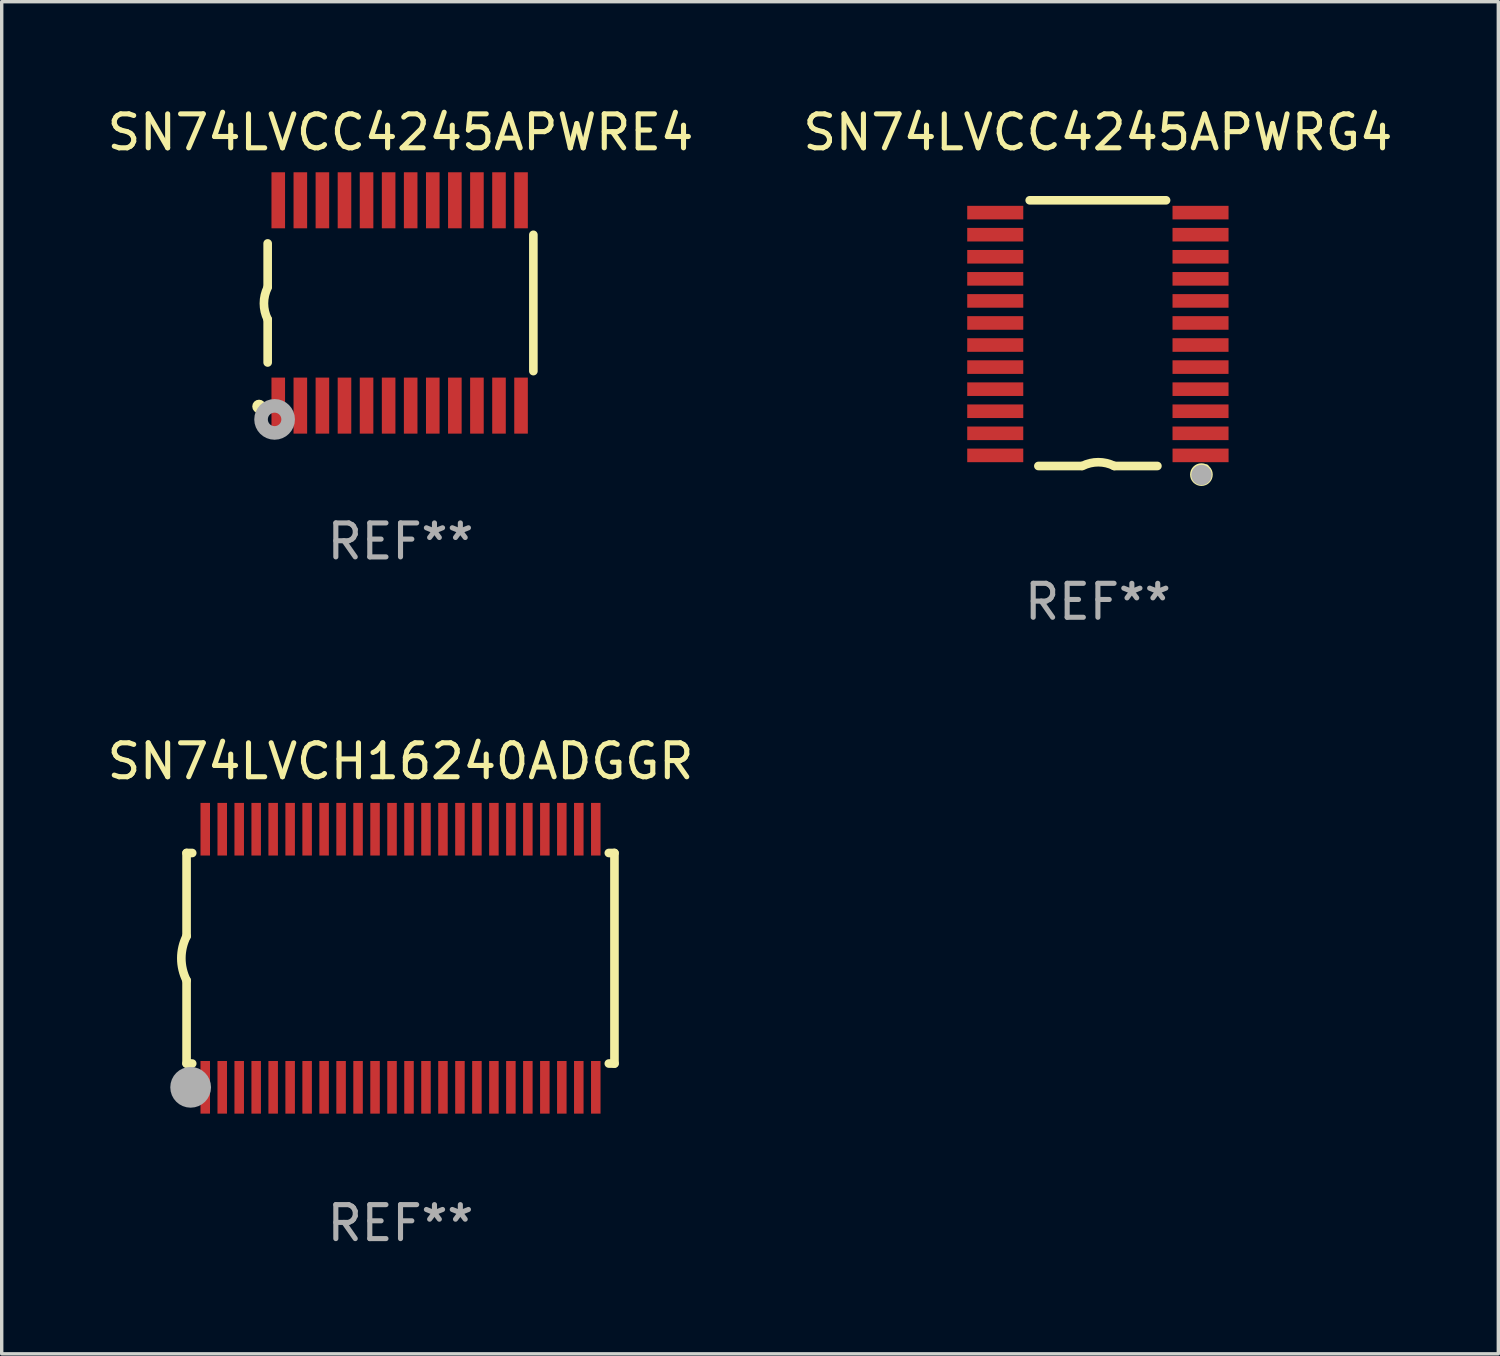
<source format=kicad_pcb>
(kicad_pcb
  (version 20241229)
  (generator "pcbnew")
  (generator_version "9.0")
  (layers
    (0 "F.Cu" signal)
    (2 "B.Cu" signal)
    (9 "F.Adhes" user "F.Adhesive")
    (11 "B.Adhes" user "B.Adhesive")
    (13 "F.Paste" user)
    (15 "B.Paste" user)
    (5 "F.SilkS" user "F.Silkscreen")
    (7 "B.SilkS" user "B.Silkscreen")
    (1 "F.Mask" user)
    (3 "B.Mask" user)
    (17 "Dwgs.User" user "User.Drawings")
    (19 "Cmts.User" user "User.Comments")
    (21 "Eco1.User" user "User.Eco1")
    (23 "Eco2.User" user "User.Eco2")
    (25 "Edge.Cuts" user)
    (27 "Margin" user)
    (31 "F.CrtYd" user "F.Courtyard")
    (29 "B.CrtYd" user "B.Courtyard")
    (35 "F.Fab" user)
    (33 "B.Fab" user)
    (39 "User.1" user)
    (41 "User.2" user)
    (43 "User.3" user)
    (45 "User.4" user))
  (footprint "SN74LVCC4245APWRG4"
    (layer "F.Cu")
    (at 29.28 6.76)
    (property "Reference" "SN74LVCC4245APWRG4" (at 0 -5.912 0) (layer "F.SilkS") (effects (font (size 1 1) (thickness 0.15))))
    (attr through_hole)
    (fp_line (start -2.008 -3.912) (end 2.007 -3.912) (stroke (width 0.254) (type solid)) (layer "F.SilkS"))
    (fp_line (start -0.483 3.912) (end -1.753 3.912) (stroke (width 0.254) (type solid)) (layer "F.SilkS"))
    (fp_line (start 1.752 3.912) (end 0.482 3.912) (stroke (width 0.254) (type solid)) (layer "F.SilkS"))
    (fp_arc (start -0.457404 3.911595) (mid 0.012497 3.800666) (end 0.482398 3.911595) (stroke (width 0.254001) (type solid)) (layer "F.SilkS"))
    (fp_circle (center 3.048 4.166) (end 3.128 4.166) (stroke (width 0.254) (type solid)) (fill no) (layer "F.SilkS"))
    (fp_circle (center 3.2 3.926) (end 3.23 3.926) (stroke (width 0.06) (type solid)) (fill no) (layer "F.SilkS"))
    (fp_circle (center 3.05 4.176) (end 3.2 4.176) (stroke (width 0.3) (type solid)) (fill no) (layer "F.Fab"))
    (fp_text user "REF**" (at 0 7.912 0) (layer "F.Fab") (effects (font (size 1 1) (thickness 0.15))))
    (pad "1" smd rect (at 3.023 3.6 180) (size 1.65 0.4) (layers "F.Cu" "F.Mask" "F.Paste"))
    (pad "2" smd rect (at 3.022 2.95 180) (size 1.65 0.4) (layers "F.Cu" "F.Mask" "F.Paste"))
    (pad "3" smd rect (at 3.022 2.3 180) (size 1.65 0.4) (layers "F.Cu" "F.Mask" "F.Paste"))
    (pad "4" smd rect (at 3.022 1.65 180) (size 1.65 0.4) (layers "F.Cu" "F.Mask" "F.Paste"))
    (pad "5" smd rect (at 3.022 1 180) (size 1.65 0.4) (layers "F.Cu" "F.Mask" "F.Paste"))
    (pad "6" smd rect (at 3.022 0.35 180) (size 1.65 0.4) (layers "F.Cu" "F.Mask" "F.Paste"))
    (pad "7" smd rect (at 3.022 -0.3 180) (size 1.65 0.4) (layers "F.Cu" "F.Mask" "F.Paste"))
    (pad "8" smd rect (at 3.022 -0.949 180) (size 1.65 0.4) (layers "F.Cu" "F.Mask" "F.Paste"))
    (pad "9" smd rect (at 3.022 -1.599 180) (size 1.65 0.4) (layers "F.Cu" "F.Mask" "F.Paste"))
    (pad "10" smd rect (at 3.022 -2.249 180) (size 1.65 0.4) (layers "F.Cu" "F.Mask" "F.Paste"))
    (pad "11" smd rect (at 3.022 -2.899 180) (size 1.65 0.4) (layers "F.Cu" "F.Mask" "F.Paste"))
    (pad "12" smd rect (at 3.022 -3.549 180) (size 1.65 0.4) (layers "F.Cu" "F.Mask" "F.Paste"))
    (pad "13" smd rect (at -3.023 -3.549 180) (size 1.65 0.4) (layers "F.Cu" "F.Mask" "F.Paste"))
    (pad "14" smd rect (at -3.023 -2.899 180) (size 1.65 0.4) (layers "F.Cu" "F.Mask" "F.Paste"))
    (pad "15" smd rect (at -3.023 -2.249 180) (size 1.65 0.4) (layers "F.Cu" "F.Mask" "F.Paste"))
    (pad "16" smd rect (at -3.023 -1.599 180) (size 1.65 0.4) (layers "F.Cu" "F.Mask" "F.Paste"))
    (pad "17" smd rect (at -3.023 -0.949 180) (size 1.65 0.4) (layers "F.Cu" "F.Mask" "F.Paste"))
    (pad "18" smd rect (at -3.023 -0.3 180) (size 1.65 0.4) (layers "F.Cu" "F.Mask" "F.Paste"))
    (pad "19" smd rect (at -3.023 0.35 180) (size 1.65 0.4) (layers "F.Cu" "F.Mask" "F.Paste"))
    (pad "20" smd rect (at -3.023 1 180) (size 1.65 0.4) (layers "F.Cu" "F.Mask" "F.Paste"))
    (pad "21" smd rect (at -3.023 1.65 180) (size 1.65 0.4) (layers "F.Cu" "F.Mask" "F.Paste"))
    (pad "22" smd rect (at -3.023 2.3 180) (size 1.65 0.4) (layers "F.Cu" "F.Mask" "F.Paste"))
    (pad "23" smd rect (at -3.023 2.95 180) (size 1.65 0.4) (layers "F.Cu" "F.Mask" "F.Paste"))
    (pad "24" smd rect (at -3.023 3.6 180) (size 1.65 0.4) (layers "F.Cu" "F.Mask" "F.Paste")))
  (footprint "SN74LVCC4245APWRE4"
    (layer "F.Cu")
    (at 8.744 5.871)
    (property "Reference" "SN74LVCC4245APWRE4" (at 0 -5.023 0) (layer "F.SilkS") (effects (font (size 1 1) (thickness 0.15))))
    (attr through_hole)
    (fp_line (start -3.912 -0.483) (end -3.912 -1.753) (stroke (width 0.254) (type solid)) (layer "F.SilkS"))
    (fp_line (start -3.912 1.753) (end -3.912 0.483) (stroke (width 0.254) (type solid)) (layer "F.SilkS"))
    (fp_line (start 3.912 -2.007) (end 3.912 2.007) (stroke (width 0.254) (type solid)) (layer "F.SilkS"))
    (fp_arc (start -3.911608 0.482601) (mid -4.022537 0.0127) (end -3.911608 -0.457201) (stroke (width 0.254001) (type solid)) (layer "F.SilkS"))
    (fp_circle (center -4.166 3.048) (end -4.066 3.048) (stroke (width 0.2) (type solid)) (fill no) (layer "F.SilkS"))
    (fp_circle (center -3.925 3.186) (end -3.895 3.186) (stroke (width 0.06) (type solid)) (fill no) (layer "F.SilkS"))
    (fp_circle (center -3.708 3.429) (end -3.509 3.429) (stroke (width 0.4) (type solid)) (fill no) (layer "F.Fab"))
    (fp_text user "REF**" (at 0 7.023 0) (layer "F.Fab") (effects (font (size 1 1) (thickness 0.15))))
    (pad "1" smd rect (at -3.6 3.023) (size 0.4 1.65) (layers "F.Cu" "F.Mask" "F.Paste"))
    (pad "2" smd rect (at -2.95 3.023) (size 0.4 1.65) (layers "F.Cu" "F.Mask" "F.Paste"))
    (pad "3" smd rect (at -2.3 3.023) (size 0.4 1.65) (layers "F.Cu" "F.Mask" "F.Paste"))
    (pad "4" smd rect (at -1.65 3.023) (size 0.4 1.65) (layers "F.Cu" "F.Mask" "F.Paste"))
    (pad "5" smd rect (at -1 3.023) (size 0.4 1.65) (layers "F.Cu" "F.Mask" "F.Paste"))
    (pad "6" smd rect (at -0.35 3.023) (size 0.4 1.65) (layers "F.Cu" "F.Mask" "F.Paste"))
    (pad "7" smd rect (at 0.299 3.023) (size 0.4 1.65) (layers "F.Cu" "F.Mask" "F.Paste"))
    (pad "8" smd rect (at 0.95 3.023) (size 0.4 1.65) (layers "F.Cu" "F.Mask" "F.Paste"))
    (pad "9" smd rect (at 1.6 3.023) (size 0.4 1.65) (layers "F.Cu" "F.Mask" "F.Paste"))
    (pad "10" smd rect (at 2.25 3.023) (size 0.4 1.65) (layers "F.Cu" "F.Mask" "F.Paste"))
    (pad "11" smd rect (at 2.9 3.023) (size 0.4 1.65) (layers "F.Cu" "F.Mask" "F.Paste"))
    (pad "12" smd rect (at 3.549 3.023) (size 0.4 1.65) (layers "F.Cu" "F.Mask" "F.Paste"))
    (pad "13" smd rect (at 3.549 -3.023) (size 0.4 1.65) (layers "F.Cu" "F.Mask" "F.Paste"))
    (pad "14" smd rect (at 2.9 -3.023) (size 0.4 1.65) (layers "F.Cu" "F.Mask" "F.Paste"))
    (pad "15" smd rect (at 2.25 -3.023) (size 0.4 1.65) (layers "F.Cu" "F.Mask" "F.Paste"))
    (pad "16" smd rect (at 1.6 -3.023) (size 0.4 1.65) (layers "F.Cu" "F.Mask" "F.Paste"))
    (pad "17" smd rect (at 0.95 -3.023) (size 0.4 1.65) (layers "F.Cu" "F.Mask" "F.Paste"))
    (pad "18" smd rect (at 0.299 -3.023) (size 0.4 1.65) (layers "F.Cu" "F.Mask" "F.Paste"))
    (pad "19" smd rect (at -0.35 -3.023) (size 0.4 1.65) (layers "F.Cu" "F.Mask" "F.Paste"))
    (pad "20" smd rect (at -1 -3.023) (size 0.4 1.65) (layers "F.Cu" "F.Mask" "F.Paste"))
    (pad "21" smd rect (at -1.65 -3.023) (size 0.4 1.65) (layers "F.Cu" "F.Mask" "F.Paste"))
    (pad "22" smd rect (at -2.3 -3.023) (size 0.4 1.65) (layers "F.Cu" "F.Mask" "F.Paste"))
    (pad "23" smd rect (at -2.95 -3.023) (size 0.4 1.65) (layers "F.Cu" "F.Mask" "F.Paste"))
    (pad "24" smd rect (at -3.6 -3.023) (size 0.4 1.65) (layers "F.Cu" "F.Mask" "F.Paste")))
  (footprint "SN74LVCH16240ADGGR"
    (layer "F.Cu")
    (at 8.744 25.168)
    (property "Reference" "SN74LVCH16240ADGGR" (at 0 -5.8 0) (layer "F.SilkS") (effects (font (size 1 1) (thickness 0.15))))
    (attr through_hole)
    (fp_line (start -6.3 -3.1) (end -6.3 -0.65) (stroke (width 0.254) (type solid)) (layer "F.SilkS"))
    (fp_line (start -6.3 -3.1) (end -6.134 -3.1) (stroke (width 0.254) (type solid)) (layer "F.SilkS"))
    (fp_line (start -6.3 3.1) (end -6.3 0.65) (stroke (width 0.254) (type solid)) (layer "F.SilkS"))
    (fp_line (start -6.3 3.1) (end -6.134 3.1) (stroke (width 0.254) (type solid)) (layer "F.SilkS"))
    (fp_line (start 6.134 -3.1) (end 6.3 -3.1) (stroke (width 0.254) (type solid)) (layer "F.SilkS"))
    (fp_line (start 6.134 3.1) (end 6.3 3.1) (stroke (width 0.254) (type solid)) (layer "F.SilkS"))
    (fp_line (start 6.3 -3.1) (end 6.3 3.1) (stroke (width 0.254) (type solid)) (layer "F.SilkS"))
    (fp_arc (start -6.301016 0.650114) (mid -6.45413 -0.000082) (end -6.3 -0.650038) (stroke (width 0.254001) (type solid)) (layer "F.SilkS"))
    (fp_circle (center -6.35 3.81) (end -6.223 3.81) (stroke (width 0.254) (type solid)) (fill no) (layer "F.SilkS"))
    (fp_circle (center -6.25 4.05) (end -6.22 4.05) (stroke (width 0.06) (type solid)) (fill no) (layer "F.SilkS"))
    (fp_circle (center -6.18 3.8) (end -5.88 3.8) (stroke (width 0.6) (type solid)) (fill no) (layer "F.Fab"))
    (fp_text user "REF**" (at 0 7.8 0) (layer "F.Fab") (effects (font (size 1 1) (thickness 0.15))))
    (pad "1" smd rect (at -5.75 3.8) (size 0.28 1.55) (layers "F.Cu" "F.Mask" "F.Paste"))
    (pad "2" smd rect (at -5.25 3.8) (size 0.28 1.55) (layers "F.Cu" "F.Mask" "F.Paste"))
    (pad "3" smd rect (at -4.75 3.8) (size 0.28 1.55) (layers "F.Cu" "F.Mask" "F.Paste"))
    (pad "4" smd rect (at -4.25 3.8) (size 0.28 1.55) (layers "F.Cu" "F.Mask" "F.Paste"))
    (pad "5" smd rect (at -3.75 3.8) (size 0.28 1.55) (layers "F.Cu" "F.Mask" "F.Paste"))
    (pad "6" smd rect (at -3.25 3.8) (size 0.28 1.55) (layers "F.Cu" "F.Mask" "F.Paste"))
    (pad "7" smd rect (at -2.75 3.8) (size 0.28 1.55) (layers "F.Cu" "F.Mask" "F.Paste"))
    (pad "8" smd rect (at -2.25 3.8) (size 0.28 1.55) (layers "F.Cu" "F.Mask" "F.Paste"))
    (pad "9" smd rect (at -1.75 3.8) (size 0.28 1.55) (layers "F.Cu" "F.Mask" "F.Paste"))
    (pad "10" smd rect (at -1.25 3.8) (size 0.28 1.55) (layers "F.Cu" "F.Mask" "F.Paste"))
    (pad "11" smd rect (at -0.75 3.8) (size 0.28 1.55) (layers "F.Cu" "F.Mask" "F.Paste"))
    (pad "12" smd rect (at -0.25 3.8) (size 0.28 1.55) (layers "F.Cu" "F.Mask" "F.Paste"))
    (pad "13" smd rect (at 0.25 3.8) (size 0.28 1.55) (layers "F.Cu" "F.Mask" "F.Paste"))
    (pad "14" smd rect (at 0.75 3.8) (size 0.28 1.55) (layers "F.Cu" "F.Mask" "F.Paste"))
    (pad "15" smd rect (at 1.25 3.8) (size 0.28 1.55) (layers "F.Cu" "F.Mask" "F.Paste"))
    (pad "16" smd rect (at 1.75 3.8) (size 0.28 1.55) (layers "F.Cu" "F.Mask" "F.Paste"))
    (pad "17" smd rect (at 2.25 3.8) (size 0.28 1.55) (layers "F.Cu" "F.Mask" "F.Paste"))
    (pad "18" smd rect (at 2.75 3.8) (size 0.28 1.55) (layers "F.Cu" "F.Mask" "F.Paste"))
    (pad "19" smd rect (at 3.25 3.8) (size 0.28 1.55) (layers "F.Cu" "F.Mask" "F.Paste"))
    (pad "20" smd rect (at 3.75 3.8) (size 0.28 1.55) (layers "F.Cu" "F.Mask" "F.Paste"))
    (pad "21" smd rect (at 4.25 3.8) (size 0.28 1.55) (layers "F.Cu" "F.Mask" "F.Paste"))
    (pad "22" smd rect (at 4.75 3.8) (size 0.28 1.55) (layers "F.Cu" "F.Mask" "F.Paste"))
    (pad "23" smd rect (at 5.25 3.8) (size 0.28 1.55) (layers "F.Cu" "F.Mask" "F.Paste"))
    (pad "24" smd rect (at 5.75 3.8) (size 0.28 1.55) (layers "F.Cu" "F.Mask" "F.Paste"))
    (pad "25" smd rect (at 5.75 -3.8) (size 0.28 1.55) (layers "F.Cu" "F.Mask" "F.Paste"))
    (pad "26" smd rect (at 5.25 -3.8) (size 0.28 1.55) (layers "F.Cu" "F.Mask" "F.Paste"))
    (pad "27" smd rect (at 4.75 -3.8) (size 0.28 1.55) (layers "F.Cu" "F.Mask" "F.Paste"))
    (pad "28" smd rect (at 4.25 -3.8) (size 0.28 1.55) (layers "F.Cu" "F.Mask" "F.Paste"))
    (pad "29" smd rect (at 3.75 -3.8) (size 0.28 1.55) (layers "F.Cu" "F.Mask" "F.Paste"))
    (pad "30" smd rect (at 3.25 -3.8) (size 0.28 1.55) (layers "F.Cu" "F.Mask" "F.Paste"))
    (pad "31" smd rect (at 2.75 -3.8) (size 0.28 1.55) (layers "F.Cu" "F.Mask" "F.Paste"))
    (pad "32" smd rect (at 2.25 -3.8) (size 0.28 1.55) (layers "F.Cu" "F.Mask" "F.Paste"))
    (pad "33" smd rect (at 1.75 -3.8) (size 0.28 1.55) (layers "F.Cu" "F.Mask" "F.Paste"))
    (pad "34" smd rect (at 1.25 -3.8) (size 0.28 1.55) (layers "F.Cu" "F.Mask" "F.Paste"))
    (pad "35" smd rect (at 0.75 -3.8) (size 0.28 1.55) (layers "F.Cu" "F.Mask" "F.Paste"))
    (pad "36" smd rect (at 0.25 -3.8) (size 0.28 1.55) (layers "F.Cu" "F.Mask" "F.Paste"))
    (pad "37" smd rect (at -0.25 -3.8) (size 0.28 1.55) (layers "F.Cu" "F.Mask" "F.Paste"))
    (pad "38" smd rect (at -0.75 -3.8) (size 0.28 1.55) (layers "F.Cu" "F.Mask" "F.Paste"))
    (pad "39" smd rect (at -1.25 -3.8) (size 0.28 1.55) (layers "F.Cu" "F.Mask" "F.Paste"))
    (pad "40" smd rect (at -1.75 -3.8) (size 0.28 1.55) (layers "F.Cu" "F.Mask" "F.Paste"))
    (pad "41" smd rect (at -2.25 -3.8) (size 0.28 1.55) (layers "F.Cu" "F.Mask" "F.Paste"))
    (pad "42" smd rect (at -2.75 -3.8) (size 0.28 1.55) (layers "F.Cu" "F.Mask" "F.Paste"))
    (pad "43" smd rect (at -3.25 -3.8) (size 0.28 1.55) (layers "F.Cu" "F.Mask" "F.Paste"))
    (pad "44" smd rect (at -3.75 -3.8) (size 0.28 1.55) (layers "F.Cu" "F.Mask" "F.Paste"))
    (pad "45" smd rect (at -4.25 -3.8) (size 0.28 1.55) (layers "F.Cu" "F.Mask" "F.Paste"))
    (pad "46" smd rect (at -4.75 -3.8) (size 0.28 1.55) (layers "F.Cu" "F.Mask" "F.Paste"))
    (pad "47" smd rect (at -5.25 -3.8) (size 0.28 1.55) (layers "F.Cu" "F.Mask" "F.Paste"))
    (pad "48" smd rect (at -5.75 -3.8) (size 0.28 1.55) (layers "F.Cu" "F.Mask" "F.Paste")))
  (gr_rect
    (start -3 -3)
    (end 41.071 36.816)
    (stroke (width 0.1) (type default))
    (fill no)
    (layer "Edge.Cuts")))
</source>
